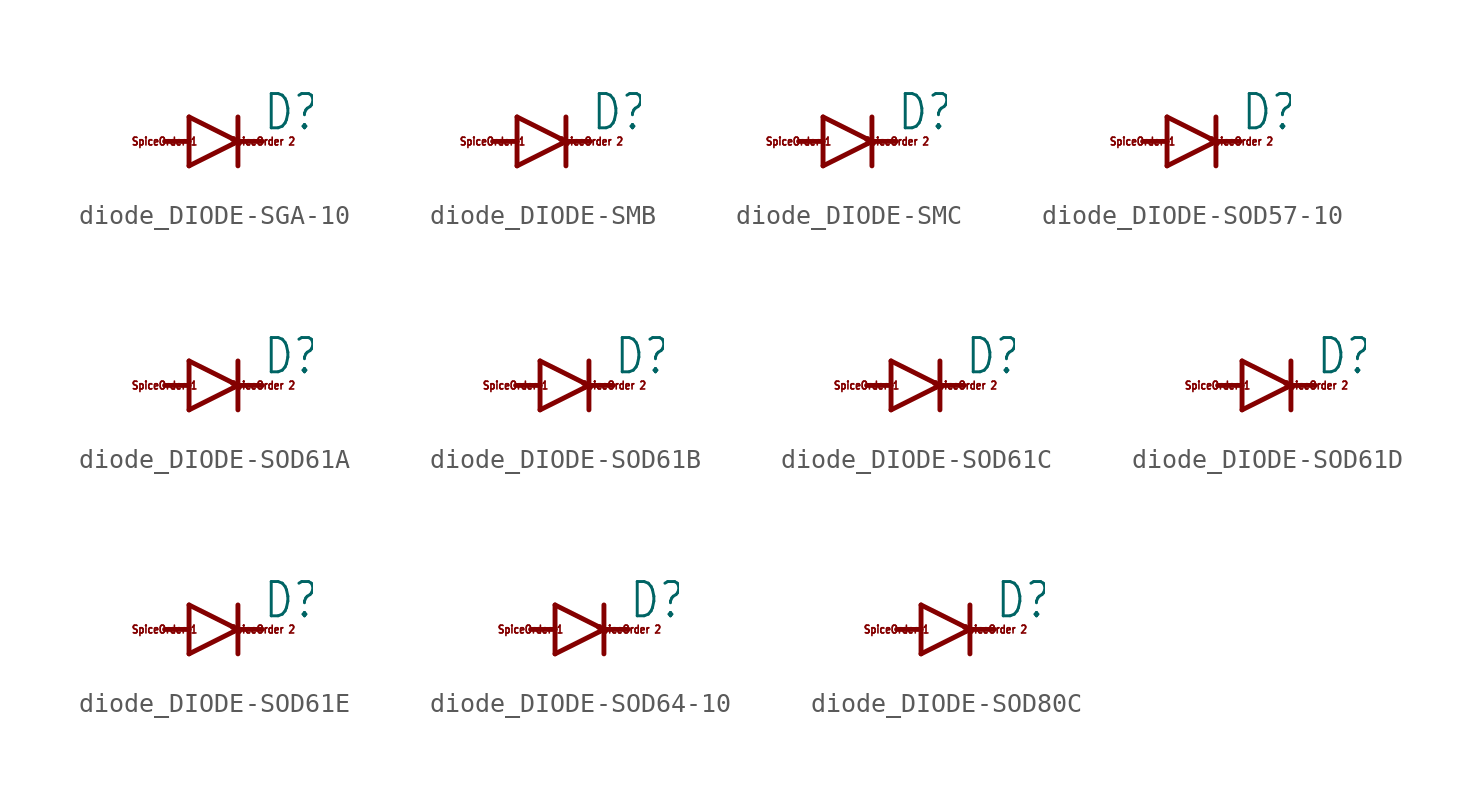
<source format=kicad_sym>
(kicad_symbol_lib
  (version 20231120)
  (generator "kicad_symbol_editor")
  (generator_version "8.0")
  (symbol "diode_DIODE-SGA-10"
    (property "Reference" "D"
      (at 2.54 0.483 0)
      (effects (font (size 1.778 1.511)) (justify left bottom)))
    (property "Value" ""
      (at 2.54 -2.311 0)
      (effects (font (size 1.778 1.511)) (justify left bottom)))
    (property "ki_locked" ""
      (at 0 0 0)
      (effects (font (size 1.27 1.27))))
    (symbol "diode_DIODE-SGA-10_1_0"
      (polyline (pts (xy -1.27 -1.27) (xy 1.27 0)) (stroke (width 0.254) (type solid)) (fill (type none)))
      (polyline (pts (xy -1.27 0) (xy -2.54 0)) (stroke (width 0.254) (type solid)) (fill (type none)))
      (polyline (pts (xy -1.27 0) (xy -1.27 -1.27)) (stroke (width 0.254) (type solid)) (fill (type none)))
      (polyline (pts (xy -1.27 1.27) (xy -1.27 0)) (stroke (width 0.254) (type solid)) (fill (type none)))
      (polyline (pts (xy 1.27 0) (xy -1.27 1.27)) (stroke (width 0.254) (type solid)) (fill (type none)))
      (polyline (pts (xy 1.27 0) (xy 1.27 -1.27)) (stroke (width 0.254) (type solid)) (fill (type none)))
      (polyline (pts (xy 1.27 1.27) (xy 1.27 0)) (stroke (width 0.254) (type solid)) (fill (type none)))
      (polyline (pts (xy 2.54 0) (xy 1.27 0)) (stroke (width 0.254) (type solid)) (fill (type none)))
      (text "SpiceOrder 1" (at -2.54 0 0) (effects (font (size 0.406 0.345))))
      (text "SpiceOrder 2" (at 2.54 0 0) (effects (font (size 0.406 0.345))))
      (pin passive line (at -2.54 0 0) (length 0) (name "A" (effects (font (size 0 0)))) (number "A" (effects (font (size 0 0)))))
      (pin passive line (at 2.54 0 180) (length 0) (name "C" (effects (font (size 0 0)))) (number "C" (effects (font (size 0 0)))))))
  (symbol "diode_DIODE-SMB"
    (property "Reference" "D"
      (at 2.54 0.483 0)
      (effects (font (size 1.778 1.511)) (justify left bottom)))
    (property "Value" ""
      (at 2.54 -2.311 0)
      (effects (font (size 1.778 1.511)) (justify left bottom)))
    (property "ki_locked" ""
      (at 0 0 0)
      (effects (font (size 1.27 1.27))))
    (symbol "diode_DIODE-SMB_1_0"
      (polyline (pts (xy -1.27 -1.27) (xy 1.27 0)) (stroke (width 0.254) (type solid)) (fill (type none)))
      (polyline (pts (xy -1.27 0) (xy -2.54 0)) (stroke (width 0.254) (type solid)) (fill (type none)))
      (polyline (pts (xy -1.27 0) (xy -1.27 -1.27)) (stroke (width 0.254) (type solid)) (fill (type none)))
      (polyline (pts (xy -1.27 1.27) (xy -1.27 0)) (stroke (width 0.254) (type solid)) (fill (type none)))
      (polyline (pts (xy 1.27 0) (xy -1.27 1.27)) (stroke (width 0.254) (type solid)) (fill (type none)))
      (polyline (pts (xy 1.27 0) (xy 1.27 -1.27)) (stroke (width 0.254) (type solid)) (fill (type none)))
      (polyline (pts (xy 1.27 1.27) (xy 1.27 0)) (stroke (width 0.254) (type solid)) (fill (type none)))
      (polyline (pts (xy 2.54 0) (xy 1.27 0)) (stroke (width 0.254) (type solid)) (fill (type none)))
      (text "SpiceOrder 1" (at -2.54 0 0) (effects (font (size 0.406 0.345))))
      (text "SpiceOrder 2" (at 2.54 0 0) (effects (font (size 0.406 0.345))))
      (pin passive line (at -2.54 0 0) (length 0) (name "A" (effects (font (size 0 0)))) (number "A" (effects (font (size 0 0)))))
      (pin passive line (at 2.54 0 180) (length 0) (name "C" (effects (font (size 0 0)))) (number "C" (effects (font (size 0 0)))))))
  (symbol "diode_DIODE-SMC"
    (property "Reference" "D"
      (at 2.54 0.483 0)
      (effects (font (size 1.778 1.511)) (justify left bottom)))
    (property "Value" ""
      (at 2.54 -2.311 0)
      (effects (font (size 1.778 1.511)) (justify left bottom)))
    (property "ki_locked" ""
      (at 0 0 0)
      (effects (font (size 1.27 1.27))))
    (symbol "diode_DIODE-SMC_1_0"
      (polyline (pts (xy -1.27 -1.27) (xy 1.27 0)) (stroke (width 0.254) (type solid)) (fill (type none)))
      (polyline (pts (xy -1.27 0) (xy -2.54 0)) (stroke (width 0.254) (type solid)) (fill (type none)))
      (polyline (pts (xy -1.27 0) (xy -1.27 -1.27)) (stroke (width 0.254) (type solid)) (fill (type none)))
      (polyline (pts (xy -1.27 1.27) (xy -1.27 0)) (stroke (width 0.254) (type solid)) (fill (type none)))
      (polyline (pts (xy 1.27 0) (xy -1.27 1.27)) (stroke (width 0.254) (type solid)) (fill (type none)))
      (polyline (pts (xy 1.27 0) (xy 1.27 -1.27)) (stroke (width 0.254) (type solid)) (fill (type none)))
      (polyline (pts (xy 1.27 1.27) (xy 1.27 0)) (stroke (width 0.254) (type solid)) (fill (type none)))
      (polyline (pts (xy 2.54 0) (xy 1.27 0)) (stroke (width 0.254) (type solid)) (fill (type none)))
      (text "SpiceOrder 1" (at -2.54 0 0) (effects (font (size 0.406 0.345))))
      (text "SpiceOrder 2" (at 2.54 0 0) (effects (font (size 0.406 0.345))))
      (pin passive line (at -2.54 0 0) (length 0) (name "A" (effects (font (size 0 0)))) (number "A" (effects (font (size 0 0)))))
      (pin passive line (at 2.54 0 180) (length 0) (name "C" (effects (font (size 0 0)))) (number "C" (effects (font (size 0 0)))))))
  (symbol "diode_DIODE-SOD57-10"
    (property "Reference" "D"
      (at 2.54 0.483 0)
      (effects (font (size 1.778 1.511)) (justify left bottom)))
    (property "Value" ""
      (at 2.54 -2.311 0)
      (effects (font (size 1.778 1.511)) (justify left bottom)))
    (property "ki_locked" ""
      (at 0 0 0)
      (effects (font (size 1.27 1.27))))
    (symbol "diode_DIODE-SOD57-10_1_0"
      (polyline (pts (xy -1.27 -1.27) (xy 1.27 0)) (stroke (width 0.254) (type solid)) (fill (type none)))
      (polyline (pts (xy -1.27 0) (xy -2.54 0)) (stroke (width 0.254) (type solid)) (fill (type none)))
      (polyline (pts (xy -1.27 0) (xy -1.27 -1.27)) (stroke (width 0.254) (type solid)) (fill (type none)))
      (polyline (pts (xy -1.27 1.27) (xy -1.27 0)) (stroke (width 0.254) (type solid)) (fill (type none)))
      (polyline (pts (xy 1.27 0) (xy -1.27 1.27)) (stroke (width 0.254) (type solid)) (fill (type none)))
      (polyline (pts (xy 1.27 0) (xy 1.27 -1.27)) (stroke (width 0.254) (type solid)) (fill (type none)))
      (polyline (pts (xy 1.27 1.27) (xy 1.27 0)) (stroke (width 0.254) (type solid)) (fill (type none)))
      (polyline (pts (xy 2.54 0) (xy 1.27 0)) (stroke (width 0.254) (type solid)) (fill (type none)))
      (text "SpiceOrder 1" (at -2.54 0 0) (effects (font (size 0.406 0.345))))
      (text "SpiceOrder 2" (at 2.54 0 0) (effects (font (size 0.406 0.345))))
      (pin passive line (at -2.54 0 0) (length 0) (name "A" (effects (font (size 0 0)))) (number "A" (effects (font (size 0 0)))))
      (pin passive line (at 2.54 0 180) (length 0) (name "C" (effects (font (size 0 0)))) (number "C" (effects (font (size 0 0)))))))
  (symbol "diode_DIODE-SOD61A"
    (property "Reference" "D"
      (at 2.54 0.483 0)
      (effects (font (size 1.778 1.511)) (justify left bottom)))
    (property "Value" ""
      (at 2.54 -2.311 0)
      (effects (font (size 1.778 1.511)) (justify left bottom)))
    (property "ki_locked" ""
      (at 0 0 0)
      (effects (font (size 1.27 1.27))))
    (symbol "diode_DIODE-SOD61A_1_0"
      (polyline (pts (xy -1.27 -1.27) (xy 1.27 0)) (stroke (width 0.254) (type solid)) (fill (type none)))
      (polyline (pts (xy -1.27 0) (xy -2.54 0)) (stroke (width 0.254) (type solid)) (fill (type none)))
      (polyline (pts (xy -1.27 0) (xy -1.27 -1.27)) (stroke (width 0.254) (type solid)) (fill (type none)))
      (polyline (pts (xy -1.27 1.27) (xy -1.27 0)) (stroke (width 0.254) (type solid)) (fill (type none)))
      (polyline (pts (xy 1.27 0) (xy -1.27 1.27)) (stroke (width 0.254) (type solid)) (fill (type none)))
      (polyline (pts (xy 1.27 0) (xy 1.27 -1.27)) (stroke (width 0.254) (type solid)) (fill (type none)))
      (polyline (pts (xy 1.27 1.27) (xy 1.27 0)) (stroke (width 0.254) (type solid)) (fill (type none)))
      (polyline (pts (xy 2.54 0) (xy 1.27 0)) (stroke (width 0.254) (type solid)) (fill (type none)))
      (text "SpiceOrder 1" (at -2.54 0 0) (effects (font (size 0.406 0.345))))
      (text "SpiceOrder 2" (at 2.54 0 0) (effects (font (size 0.406 0.345))))
      (pin passive line (at -2.54 0 0) (length 0) (name "A" (effects (font (size 0 0)))) (number "A" (effects (font (size 0 0)))))
      (pin passive line (at 2.54 0 180) (length 0) (name "C" (effects (font (size 0 0)))) (number "C" (effects (font (size 0 0)))))))
  (symbol "diode_DIODE-SOD61B"
    (property "Reference" "D"
      (at 2.54 0.483 0)
      (effects (font (size 1.778 1.511)) (justify left bottom)))
    (property "Value" ""
      (at 2.54 -2.311 0)
      (effects (font (size 1.778 1.511)) (justify left bottom)))
    (property "ki_locked" ""
      (at 0 0 0)
      (effects (font (size 1.27 1.27))))
    (symbol "diode_DIODE-SOD61B_1_0"
      (polyline (pts (xy -1.27 -1.27) (xy 1.27 0)) (stroke (width 0.254) (type solid)) (fill (type none)))
      (polyline (pts (xy -1.27 0) (xy -2.54 0)) (stroke (width 0.254) (type solid)) (fill (type none)))
      (polyline (pts (xy -1.27 0) (xy -1.27 -1.27)) (stroke (width 0.254) (type solid)) (fill (type none)))
      (polyline (pts (xy -1.27 1.27) (xy -1.27 0)) (stroke (width 0.254) (type solid)) (fill (type none)))
      (polyline (pts (xy 1.27 0) (xy -1.27 1.27)) (stroke (width 0.254) (type solid)) (fill (type none)))
      (polyline (pts (xy 1.27 0) (xy 1.27 -1.27)) (stroke (width 0.254) (type solid)) (fill (type none)))
      (polyline (pts (xy 1.27 1.27) (xy 1.27 0)) (stroke (width 0.254) (type solid)) (fill (type none)))
      (polyline (pts (xy 2.54 0) (xy 1.27 0)) (stroke (width 0.254) (type solid)) (fill (type none)))
      (text "SpiceOrder 1" (at -2.54 0 0) (effects (font (size 0.406 0.345))))
      (text "SpiceOrder 2" (at 2.54 0 0) (effects (font (size 0.406 0.345))))
      (pin passive line (at -2.54 0 0) (length 0) (name "A" (effects (font (size 0 0)))) (number "A" (effects (font (size 0 0)))))
      (pin passive line (at 2.54 0 180) (length 0) (name "C" (effects (font (size 0 0)))) (number "C" (effects (font (size 0 0)))))))
  (symbol "diode_DIODE-SOD61C"
    (property "Reference" "D"
      (at 2.54 0.483 0)
      (effects (font (size 1.778 1.511)) (justify left bottom)))
    (property "Value" ""
      (at 2.54 -2.311 0)
      (effects (font (size 1.778 1.511)) (justify left bottom)))
    (property "ki_locked" ""
      (at 0 0 0)
      (effects (font (size 1.27 1.27))))
    (symbol "diode_DIODE-SOD61C_1_0"
      (polyline (pts (xy -1.27 -1.27) (xy 1.27 0)) (stroke (width 0.254) (type solid)) (fill (type none)))
      (polyline (pts (xy -1.27 0) (xy -2.54 0)) (stroke (width 0.254) (type solid)) (fill (type none)))
      (polyline (pts (xy -1.27 0) (xy -1.27 -1.27)) (stroke (width 0.254) (type solid)) (fill (type none)))
      (polyline (pts (xy -1.27 1.27) (xy -1.27 0)) (stroke (width 0.254) (type solid)) (fill (type none)))
      (polyline (pts (xy 1.27 0) (xy -1.27 1.27)) (stroke (width 0.254) (type solid)) (fill (type none)))
      (polyline (pts (xy 1.27 0) (xy 1.27 -1.27)) (stroke (width 0.254) (type solid)) (fill (type none)))
      (polyline (pts (xy 1.27 1.27) (xy 1.27 0)) (stroke (width 0.254) (type solid)) (fill (type none)))
      (polyline (pts (xy 2.54 0) (xy 1.27 0)) (stroke (width 0.254) (type solid)) (fill (type none)))
      (text "SpiceOrder 1" (at -2.54 0 0) (effects (font (size 0.406 0.345))))
      (text "SpiceOrder 2" (at 2.54 0 0) (effects (font (size 0.406 0.345))))
      (pin passive line (at -2.54 0 0) (length 0) (name "A" (effects (font (size 0 0)))) (number "A" (effects (font (size 0 0)))))
      (pin passive line (at 2.54 0 180) (length 0) (name "C" (effects (font (size 0 0)))) (number "C" (effects (font (size 0 0)))))))
  (symbol "diode_DIODE-SOD61D"
    (property "Reference" "D"
      (at 2.54 0.483 0)
      (effects (font (size 1.778 1.511)) (justify left bottom)))
    (property "Value" ""
      (at 2.54 -2.311 0)
      (effects (font (size 1.778 1.511)) (justify left bottom)))
    (property "ki_locked" ""
      (at 0 0 0)
      (effects (font (size 1.27 1.27))))
    (symbol "diode_DIODE-SOD61D_1_0"
      (polyline (pts (xy -1.27 -1.27) (xy 1.27 0)) (stroke (width 0.254) (type solid)) (fill (type none)))
      (polyline (pts (xy -1.27 0) (xy -2.54 0)) (stroke (width 0.254) (type solid)) (fill (type none)))
      (polyline (pts (xy -1.27 0) (xy -1.27 -1.27)) (stroke (width 0.254) (type solid)) (fill (type none)))
      (polyline (pts (xy -1.27 1.27) (xy -1.27 0)) (stroke (width 0.254) (type solid)) (fill (type none)))
      (polyline (pts (xy 1.27 0) (xy -1.27 1.27)) (stroke (width 0.254) (type solid)) (fill (type none)))
      (polyline (pts (xy 1.27 0) (xy 1.27 -1.27)) (stroke (width 0.254) (type solid)) (fill (type none)))
      (polyline (pts (xy 1.27 1.27) (xy 1.27 0)) (stroke (width 0.254) (type solid)) (fill (type none)))
      (polyline (pts (xy 2.54 0) (xy 1.27 0)) (stroke (width 0.254) (type solid)) (fill (type none)))
      (text "SpiceOrder 1" (at -2.54 0 0) (effects (font (size 0.406 0.345))))
      (text "SpiceOrder 2" (at 2.54 0 0) (effects (font (size 0.406 0.345))))
      (pin passive line (at -2.54 0 0) (length 0) (name "A" (effects (font (size 0 0)))) (number "A" (effects (font (size 0 0)))))
      (pin passive line (at 2.54 0 180) (length 0) (name "C" (effects (font (size 0 0)))) (number "C" (effects (font (size 0 0)))))))
  (symbol "diode_DIODE-SOD61E"
    (property "Reference" "D"
      (at 2.54 0.483 0)
      (effects (font (size 1.778 1.511)) (justify left bottom)))
    (property "Value" ""
      (at 2.54 -2.311 0)
      (effects (font (size 1.778 1.511)) (justify left bottom)))
    (property "ki_locked" ""
      (at 0 0 0)
      (effects (font (size 1.27 1.27))))
    (symbol "diode_DIODE-SOD61E_1_0"
      (polyline (pts (xy -1.27 -1.27) (xy 1.27 0)) (stroke (width 0.254) (type solid)) (fill (type none)))
      (polyline (pts (xy -1.27 0) (xy -2.54 0)) (stroke (width 0.254) (type solid)) (fill (type none)))
      (polyline (pts (xy -1.27 0) (xy -1.27 -1.27)) (stroke (width 0.254) (type solid)) (fill (type none)))
      (polyline (pts (xy -1.27 1.27) (xy -1.27 0)) (stroke (width 0.254) (type solid)) (fill (type none)))
      (polyline (pts (xy 1.27 0) (xy -1.27 1.27)) (stroke (width 0.254) (type solid)) (fill (type none)))
      (polyline (pts (xy 1.27 0) (xy 1.27 -1.27)) (stroke (width 0.254) (type solid)) (fill (type none)))
      (polyline (pts (xy 1.27 1.27) (xy 1.27 0)) (stroke (width 0.254) (type solid)) (fill (type none)))
      (polyline (pts (xy 2.54 0) (xy 1.27 0)) (stroke (width 0.254) (type solid)) (fill (type none)))
      (text "SpiceOrder 1" (at -2.54 0 0) (effects (font (size 0.406 0.345))))
      (text "SpiceOrder 2" (at 2.54 0 0) (effects (font (size 0.406 0.345))))
      (pin passive line (at -2.54 0 0) (length 0) (name "A" (effects (font (size 0 0)))) (number "A" (effects (font (size 0 0)))))
      (pin passive line (at 2.54 0 180) (length 0) (name "C" (effects (font (size 0 0)))) (number "C" (effects (font (size 0 0)))))))
  (symbol "diode_DIODE-SOD64-10"
    (property "Reference" "D"
      (at 2.54 0.483 0)
      (effects (font (size 1.778 1.511)) (justify left bottom)))
    (property "Value" ""
      (at 2.54 -2.311 0)
      (effects (font (size 1.778 1.511)) (justify left bottom)))
    (property "ki_locked" ""
      (at 0 0 0)
      (effects (font (size 1.27 1.27))))
    (symbol "diode_DIODE-SOD64-10_1_0"
      (polyline (pts (xy -1.27 -1.27) (xy 1.27 0)) (stroke (width 0.254) (type solid)) (fill (type none)))
      (polyline (pts (xy -1.27 0) (xy -2.54 0)) (stroke (width 0.254) (type solid)) (fill (type none)))
      (polyline (pts (xy -1.27 0) (xy -1.27 -1.27)) (stroke (width 0.254) (type solid)) (fill (type none)))
      (polyline (pts (xy -1.27 1.27) (xy -1.27 0)) (stroke (width 0.254) (type solid)) (fill (type none)))
      (polyline (pts (xy 1.27 0) (xy -1.27 1.27)) (stroke (width 0.254) (type solid)) (fill (type none)))
      (polyline (pts (xy 1.27 0) (xy 1.27 -1.27)) (stroke (width 0.254) (type solid)) (fill (type none)))
      (polyline (pts (xy 1.27 1.27) (xy 1.27 0)) (stroke (width 0.254) (type solid)) (fill (type none)))
      (polyline (pts (xy 2.54 0) (xy 1.27 0)) (stroke (width 0.254) (type solid)) (fill (type none)))
      (text "SpiceOrder 1" (at -2.54 0 0) (effects (font (size 0.406 0.345))))
      (text "SpiceOrder 2" (at 2.54 0 0) (effects (font (size 0.406 0.345))))
      (pin passive line (at -2.54 0 0) (length 0) (name "A" (effects (font (size 0 0)))) (number "A" (effects (font (size 0 0)))))
      (pin passive line (at 2.54 0 180) (length 0) (name "C" (effects (font (size 0 0)))) (number "C" (effects (font (size 0 0)))))))
  (symbol "diode_DIODE-SOD80C"
    (property "Reference" "D"
      (at 2.54 0.483 0)
      (effects (font (size 1.778 1.511)) (justify left bottom)))
    (property "Value" ""
      (at 2.54 -2.311 0)
      (effects (font (size 1.778 1.511)) (justify left bottom)))
    (property "ki_locked" ""
      (at 0 0 0)
      (effects (font (size 1.27 1.27))))
    (symbol "diode_DIODE-SOD80C_1_0"
      (polyline (pts (xy -1.27 -1.27) (xy 1.27 0)) (stroke (width 0.254) (type solid)) (fill (type none)))
      (polyline (pts (xy -1.27 0) (xy -2.54 0)) (stroke (width 0.254) (type solid)) (fill (type none)))
      (polyline (pts (xy -1.27 0) (xy -1.27 -1.27)) (stroke (width 0.254) (type solid)) (fill (type none)))
      (polyline (pts (xy -1.27 1.27) (xy -1.27 0)) (stroke (width 0.254) (type solid)) (fill (type none)))
      (polyline (pts (xy 1.27 0) (xy -1.27 1.27)) (stroke (width 0.254) (type solid)) (fill (type none)))
      (polyline (pts (xy 1.27 0) (xy 1.27 -1.27)) (stroke (width 0.254) (type solid)) (fill (type none)))
      (polyline (pts (xy 1.27 1.27) (xy 1.27 0)) (stroke (width 0.254) (type solid)) (fill (type none)))
      (polyline (pts (xy 2.54 0) (xy 1.27 0)) (stroke (width 0.254) (type solid)) (fill (type none)))
      (text "SpiceOrder 1" (at -2.54 0 0) (effects (font (size 0.406 0.345))))
      (text "SpiceOrder 2" (at 2.54 0 0) (effects (font (size 0.406 0.345))))
      (pin passive line (at -2.54 0 0) (length 0) (name "A" (effects (font (size 0 0)))) (number "A" (effects (font (size 0 0)))))
      (pin passive line (at 2.54 0 180) (length 0) (name "C" (effects (font (size 0 0)))) (number "C" (effects (font (size 0 0))))))))
</source>
